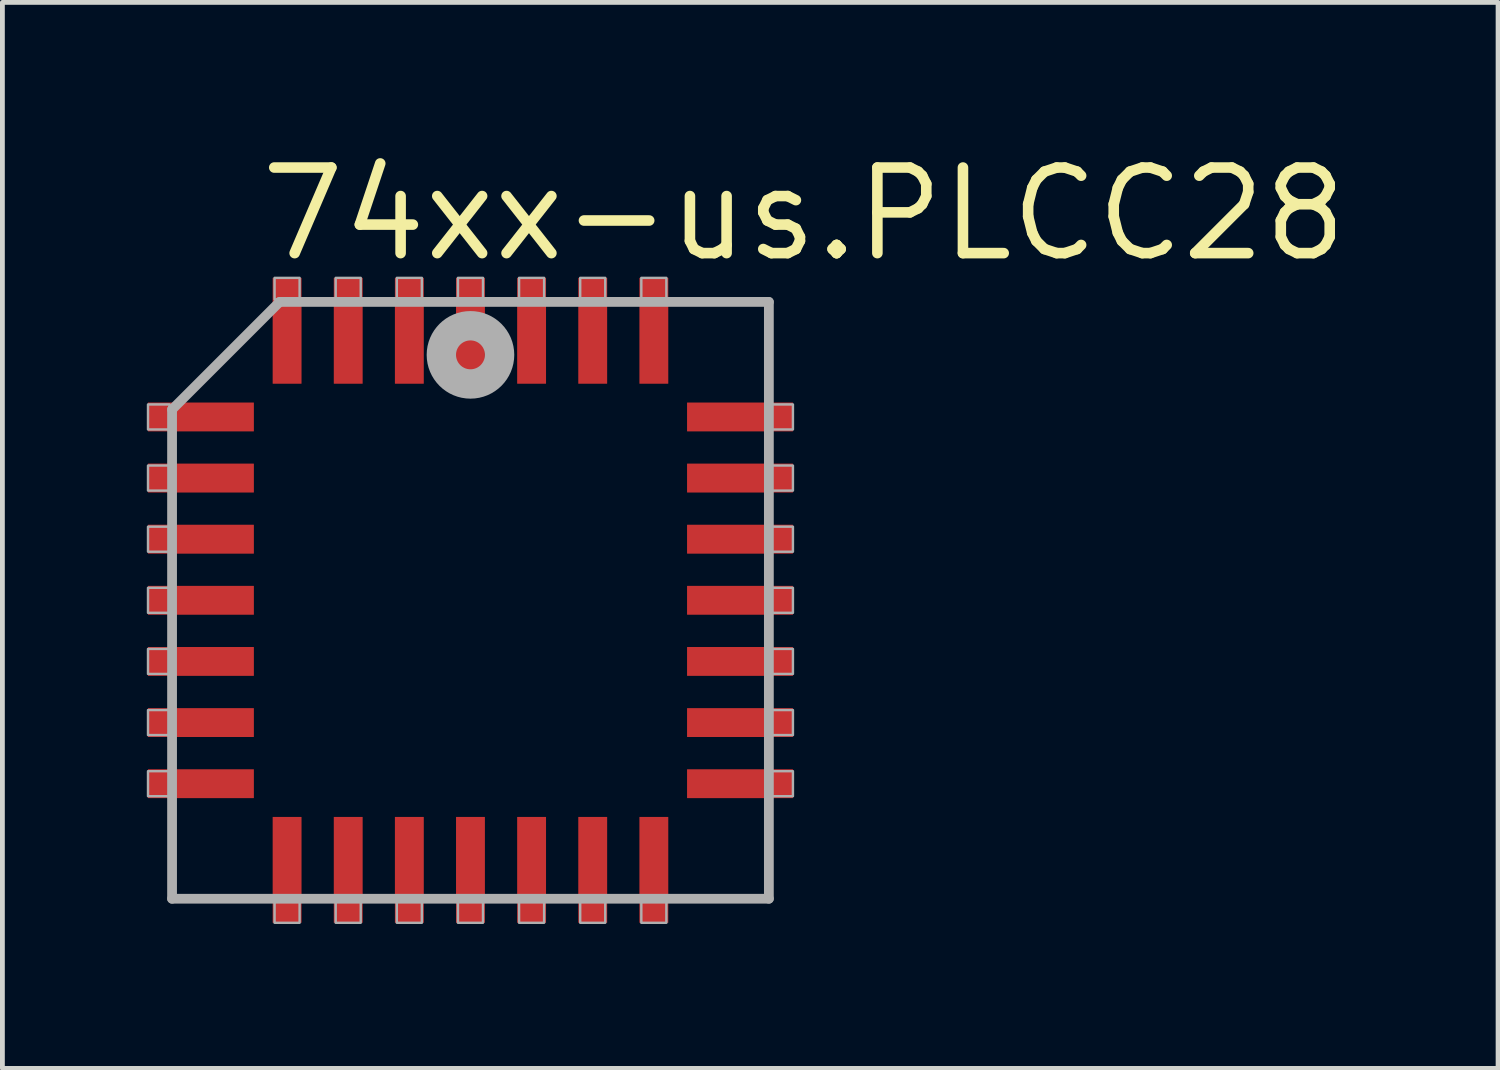
<source format=kicad_pcb>
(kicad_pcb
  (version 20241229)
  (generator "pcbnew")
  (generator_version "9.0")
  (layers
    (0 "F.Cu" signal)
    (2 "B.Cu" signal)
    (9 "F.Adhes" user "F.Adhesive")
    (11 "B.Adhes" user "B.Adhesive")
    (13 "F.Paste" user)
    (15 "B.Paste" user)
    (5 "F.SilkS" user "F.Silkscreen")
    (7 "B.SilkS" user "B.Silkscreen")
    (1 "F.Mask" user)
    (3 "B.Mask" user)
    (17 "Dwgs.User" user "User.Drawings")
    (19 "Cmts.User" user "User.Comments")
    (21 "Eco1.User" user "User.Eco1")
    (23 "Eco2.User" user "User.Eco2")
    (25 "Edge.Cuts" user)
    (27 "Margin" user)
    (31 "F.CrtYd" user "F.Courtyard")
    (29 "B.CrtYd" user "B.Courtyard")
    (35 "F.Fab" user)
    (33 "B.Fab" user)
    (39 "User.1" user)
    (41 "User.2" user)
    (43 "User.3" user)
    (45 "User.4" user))
  (footprint "74xx-us.PLCC28"
    (layer "F.Cu")
    (at 6.725 9.423)
    (property "Reference" "74xx-us.PLCC28" (at -4.475 -6.985 0) (layer "F.SilkS") (effects (font (size 1.778 1.778) (thickness 0.22)) (justify left bottom)))
    (attr smd)
    (fp_line (start -6.2 -3.965) (end -6.2 6.2) (stroke (width 0.203) (type default)) (layer "F.Fab"))
    (fp_line (start -6.2 6.2) (end 6.2 6.2) (stroke (width 0.203) (type default)) (layer "F.Fab"))
    (fp_line (start -3.965 -6.2) (end -6.2 -3.965) (stroke (width 0.203) (type default)) (layer "F.Fab"))
    (fp_line (start 6.2 -6.2) (end -3.965 -6.2) (stroke (width 0.203) (type default)) (layer "F.Fab"))
    (fp_line (start 6.2 6.2) (end 6.2 -6.2) (stroke (width 0.203) (type default)) (layer "F.Fab"))
    (fp_rect (start -6.7 -3.55) (end -6.25 -4.07) (stroke (width 0.05) (type default)) (fill no) (layer "F.Fab"))
    (fp_rect (start -6.7 -2.28) (end -6.25 -2.8) (stroke (width 0.05) (type default)) (fill no) (layer "F.Fab"))
    (fp_rect (start -6.7 -1.01) (end -6.25 -1.53) (stroke (width 0.05) (type default)) (fill no) (layer "F.Fab"))
    (fp_rect (start -6.7 0.26) (end -6.25 -0.26) (stroke (width 0.05) (type default)) (fill no) (layer "F.Fab"))
    (fp_rect (start -6.7 1.53) (end -6.25 1.01) (stroke (width 0.05) (type default)) (fill no) (layer "F.Fab"))
    (fp_rect (start -6.7 2.8) (end -6.25 2.28) (stroke (width 0.05) (type default)) (fill no) (layer "F.Fab"))
    (fp_rect (start -6.7 4.07) (end -6.25 3.55) (stroke (width 0.05) (type default)) (fill no) (layer "F.Fab"))
    (fp_rect (start -4.07 -6.25) (end -3.55 -6.7) (stroke (width 0.05) (type default)) (fill no) (layer "F.Fab"))
    (fp_rect (start -4.07 6.7) (end -3.55 6.25) (stroke (width 0.05) (type default)) (fill no) (layer "F.Fab"))
    (fp_rect (start -2.8 -6.25) (end -2.28 -6.7) (stroke (width 0.05) (type default)) (fill no) (layer "F.Fab"))
    (fp_rect (start -2.8 6.7) (end -2.28 6.25) (stroke (width 0.05) (type default)) (fill no) (layer "F.Fab"))
    (fp_rect (start -1.53 -6.25) (end -1.01 -6.7) (stroke (width 0.05) (type default)) (fill no) (layer "F.Fab"))
    (fp_rect (start -1.53 6.7) (end -1.01 6.25) (stroke (width 0.05) (type default)) (fill no) (layer "F.Fab"))
    (fp_rect (start -0.26 -6.25) (end 0.26 -6.7) (stroke (width 0.05) (type default)) (fill no) (layer "F.Fab"))
    (fp_rect (start -0.26 6.7) (end 0.26 6.25) (stroke (width 0.05) (type default)) (fill no) (layer "F.Fab"))
    (fp_rect (start 1.01 -6.25) (end 1.53 -6.7) (stroke (width 0.05) (type default)) (fill no) (layer "F.Fab"))
    (fp_rect (start 1.01 6.7) (end 1.53 6.25) (stroke (width 0.05) (type default)) (fill no) (layer "F.Fab"))
    (fp_rect (start 2.28 -6.25) (end 2.8 -6.7) (stroke (width 0.05) (type default)) (fill no) (layer "F.Fab"))
    (fp_rect (start 2.28 6.7) (end 2.8 6.25) (stroke (width 0.05) (type default)) (fill no) (layer "F.Fab"))
    (fp_rect (start 3.55 -6.25) (end 4.07 -6.7) (stroke (width 0.05) (type default)) (fill no) (layer "F.Fab"))
    (fp_rect (start 3.55 6.7) (end 4.07 6.25) (stroke (width 0.05) (type default)) (fill no) (layer "F.Fab"))
    (fp_rect (start 6.25 -3.55) (end 6.7 -4.07) (stroke (width 0.05) (type default)) (fill no) (layer "F.Fab"))
    (fp_rect (start 6.25 -2.28) (end 6.7 -2.8) (stroke (width 0.05) (type default)) (fill no) (layer "F.Fab"))
    (fp_rect (start 6.25 -1.01) (end 6.7 -1.53) (stroke (width 0.05) (type default)) (fill no) (layer "F.Fab"))
    (fp_rect (start 6.25 0.26) (end 6.7 -0.26) (stroke (width 0.05) (type default)) (fill no) (layer "F.Fab"))
    (fp_rect (start 6.25 1.53) (end 6.7 1.01) (stroke (width 0.05) (type default)) (fill no) (layer "F.Fab"))
    (fp_rect (start 6.25 2.8) (end 6.7 2.28) (stroke (width 0.05) (type default)) (fill no) (layer "F.Fab"))
    (fp_rect (start 6.25 4.07) (end 6.7 3.55) (stroke (width 0.05) (type default)) (fill no) (layer "F.Fab"))
    (fp_circle (center 0 -5.1) (end 0.3 -5.1) (stroke (width 0.61) (type default)) (fill no) (layer "F.Fab"))
    (pad "1" smd roundrect (at 0 -5.6) (size 0.6 2.2) (layers "F.Cu" "F.Mask" "F.Paste") (roundrect_rratio 0.01))
    (pad "2" smd roundrect (at -1.27 -5.6) (size 0.6 2.2) (layers "F.Cu" "F.Mask" "F.Paste") (roundrect_rratio 0.01))
    (pad "3" smd roundrect (at -2.54 -5.6) (size 0.6 2.2) (layers "F.Cu" "F.Mask" "F.Paste") (roundrect_rratio 0.01))
    (pad "4" smd roundrect (at -3.81 -5.6) (size 0.6 2.2) (layers "F.Cu" "F.Mask" "F.Paste") (roundrect_rratio 0.01))
    (pad "5" smd roundrect (at -5.6 -3.81) (size 2.2 0.6) (layers "F.Cu" "F.Mask" "F.Paste") (roundrect_rratio 0.01))
    (pad "6" smd roundrect (at -5.6 -2.54) (size 2.2 0.6) (layers "F.Cu" "F.Mask" "F.Paste") (roundrect_rratio 0.01))
    (pad "7" smd roundrect (at -5.6 -1.27) (size 2.2 0.6) (layers "F.Cu" "F.Mask" "F.Paste") (roundrect_rratio 0.01))
    (pad "8" smd roundrect (at -5.6 0) (size 2.2 0.6) (layers "F.Cu" "F.Mask" "F.Paste") (roundrect_rratio 0.01))
    (pad "9" smd roundrect (at -5.6 1.27) (size 2.2 0.6) (layers "F.Cu" "F.Mask" "F.Paste") (roundrect_rratio 0.01))
    (pad "10" smd roundrect (at -5.6 2.54) (size 2.2 0.6) (layers "F.Cu" "F.Mask" "F.Paste") (roundrect_rratio 0.01))
    (pad "11" smd roundrect (at -5.6 3.81) (size 2.2 0.6) (layers "F.Cu" "F.Mask" "F.Paste") (roundrect_rratio 0.01))
    (pad "12" smd roundrect (at -3.81 5.6) (size 0.6 2.2) (layers "F.Cu" "F.Mask" "F.Paste") (roundrect_rratio 0.01))
    (pad "13" smd roundrect (at -2.54 5.6) (size 0.6 2.2) (layers "F.Cu" "F.Mask" "F.Paste") (roundrect_rratio 0.01))
    (pad "14" smd roundrect (at -1.27 5.6) (size 0.6 2.2) (layers "F.Cu" "F.Mask" "F.Paste") (roundrect_rratio 0.01))
    (pad "15" smd roundrect (at 0 5.6) (size 0.6 2.2) (layers "F.Cu" "F.Mask" "F.Paste") (roundrect_rratio 0.01))
    (pad "16" smd roundrect (at 1.27 5.6) (size 0.6 2.2) (layers "F.Cu" "F.Mask" "F.Paste") (roundrect_rratio 0.01))
    (pad "17" smd roundrect (at 2.54 5.6) (size 0.6 2.2) (layers "F.Cu" "F.Mask" "F.Paste") (roundrect_rratio 0.01))
    (pad "18" smd roundrect (at 3.81 5.6) (size 0.6 2.2) (layers "F.Cu" "F.Mask" "F.Paste") (roundrect_rratio 0.01))
    (pad "19" smd roundrect (at 5.6 3.81) (size 2.2 0.6) (layers "F.Cu" "F.Mask" "F.Paste") (roundrect_rratio 0.01))
    (pad "20" smd roundrect (at 5.6 2.54) (size 2.2 0.6) (layers "F.Cu" "F.Mask" "F.Paste") (roundrect_rratio 0.01))
    (pad "21" smd roundrect (at 5.6 1.27) (size 2.2 0.6) (layers "F.Cu" "F.Mask" "F.Paste") (roundrect_rratio 0.01))
    (pad "22" smd roundrect (at 5.6 0) (size 2.2 0.6) (layers "F.Cu" "F.Mask" "F.Paste") (roundrect_rratio 0.01))
    (pad "23" smd roundrect (at 5.6 -1.27) (size 2.2 0.6) (layers "F.Cu" "F.Mask" "F.Paste") (roundrect_rratio 0.01))
    (pad "24" smd roundrect (at 5.6 -2.54) (size 2.2 0.6) (layers "F.Cu" "F.Mask" "F.Paste") (roundrect_rratio 0.01))
    (pad "25" smd roundrect (at 5.6 -3.81) (size 2.2 0.6) (layers "F.Cu" "F.Mask" "F.Paste") (roundrect_rratio 0.01))
    (pad "26" smd roundrect (at 3.81 -5.6) (size 0.6 2.2) (layers "F.Cu" "F.Mask" "F.Paste") (roundrect_rratio 0.01))
    (pad "27" smd roundrect (at 2.54 -5.6) (size 0.6 2.2) (layers "F.Cu" "F.Mask" "F.Paste") (roundrect_rratio 0.01))
    (pad "28" smd roundrect (at 1.27 -5.6) (size 0.6 2.2) (layers "F.Cu" "F.Mask" "F.Paste") (roundrect_rratio 0.01)))
  (gr_rect
    (start -3 -3)
    (end 28.076 19.148)
    (stroke (width 0.1) (type default))
    (fill no)
    (layer "Edge.Cuts")))
</source>
